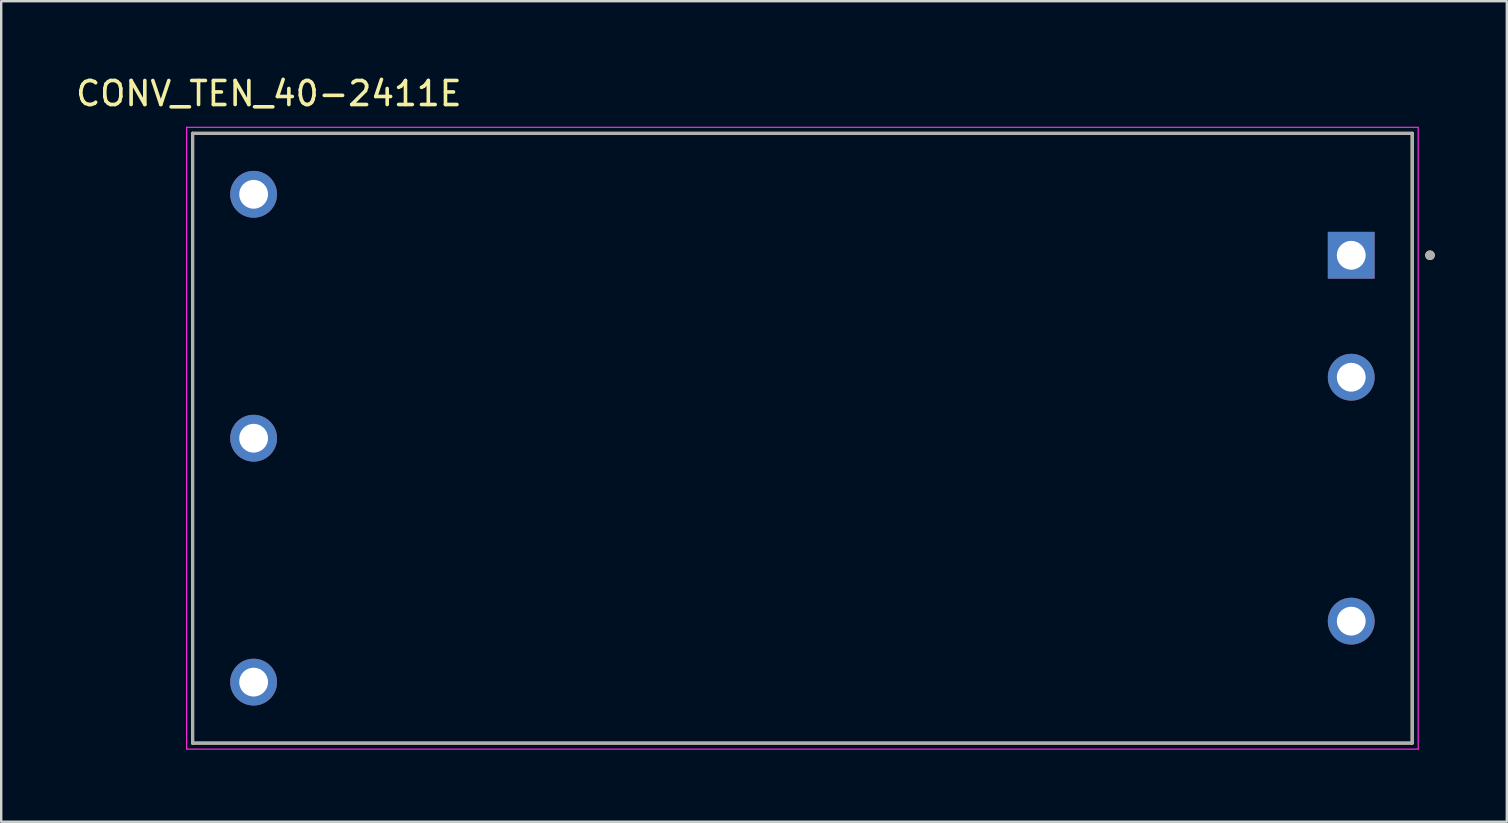
<source format=kicad_pcb>
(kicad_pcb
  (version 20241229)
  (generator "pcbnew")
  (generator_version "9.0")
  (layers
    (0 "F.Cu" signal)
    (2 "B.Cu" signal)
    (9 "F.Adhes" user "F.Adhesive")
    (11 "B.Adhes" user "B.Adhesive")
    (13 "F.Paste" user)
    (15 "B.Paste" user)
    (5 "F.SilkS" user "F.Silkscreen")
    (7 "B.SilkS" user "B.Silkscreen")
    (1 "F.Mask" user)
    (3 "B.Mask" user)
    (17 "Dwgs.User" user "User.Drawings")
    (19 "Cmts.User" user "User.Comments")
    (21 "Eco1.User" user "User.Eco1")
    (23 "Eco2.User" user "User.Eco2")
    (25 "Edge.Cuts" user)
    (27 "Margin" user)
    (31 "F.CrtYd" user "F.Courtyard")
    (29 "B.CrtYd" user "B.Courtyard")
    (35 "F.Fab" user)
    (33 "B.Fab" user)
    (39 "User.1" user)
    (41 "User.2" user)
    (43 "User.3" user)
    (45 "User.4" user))
  (footprint "CONV_TEN_40-2411E"
    (layer "F.Cu")
    (at 30.374 15.203)
    (property "Reference" "CONV_TEN_40-2411E" (at -22.225 -14.355 0) (layer "F.SilkS") (effects (font (size 1 1) (thickness 0.15))))
    (attr through_hole)
    (fp_line (start -25.4 -12.7) (end 25.4 -12.7) (stroke (width 0.127) (type solid)) (layer "F.SilkS"))
    (fp_line (start -25.4 12.7) (end -25.4 -12.7) (stroke (width 0.127) (type solid)) (layer "F.SilkS"))
    (fp_line (start 25.4 -12.7) (end 25.4 12.7) (stroke (width 0.127) (type solid)) (layer "F.SilkS"))
    (fp_line (start 25.4 12.7) (end -25.4 12.7) (stroke (width 0.127) (type solid)) (layer "F.SilkS"))
    (fp_circle (center 26.141 -7.62) (end 26.241 -7.62) (stroke (width 0.2) (type solid)) (fill no) (layer "F.SilkS"))
    (fp_line (start -25.65 -12.95) (end -25.65 12.95) (stroke (width 0.05) (type solid)) (layer "F.CrtYd"))
    (fp_line (start -25.65 12.95) (end 25.65 12.95) (stroke (width 0.05) (type solid)) (layer "F.CrtYd"))
    (fp_line (start 25.65 -12.95) (end -25.65 -12.95) (stroke (width 0.05) (type solid)) (layer "F.CrtYd"))
    (fp_line (start 25.65 12.95) (end 25.65 -12.95) (stroke (width 0.05) (type solid)) (layer "F.CrtYd"))
    (fp_line (start -25.4 -12.7) (end 25.4 -12.7) (stroke (width 0.127) (type solid)) (layer "F.Fab"))
    (fp_line (start -25.4 12.7) (end -25.4 -12.7) (stroke (width 0.127) (type solid)) (layer "F.Fab"))
    (fp_line (start 25.4 -12.7) (end 25.4 12.7) (stroke (width 0.127) (type solid)) (layer "F.Fab"))
    (fp_line (start 25.4 12.7) (end -25.4 12.7) (stroke (width 0.127) (type solid)) (layer "F.Fab"))
    (fp_circle (center 26.141 -7.62) (end 26.241 -7.62) (stroke (width 0.2) (type solid)) (fill no) (layer "F.Fab"))
    (pad "1" thru_hole rect (at 22.86 -7.62) (size 1.95 1.95) (drill 1.2) (layers "*.Cu" "*.Mask"))
    (pad "2" thru_hole circle (at 22.86 -2.54) (size 1.95 1.95) (drill 1.2) (layers "*.Cu" "*.Mask"))
    (pad "3" thru_hole circle (at 22.86 7.62) (size 1.95 1.95) (drill 1.2) (layers "*.Cu" "*.Mask"))
    (pad "4" thru_hole circle (at -22.86 -10.16) (size 1.95 1.95) (drill 1.2) (layers "*.Cu" "*.Mask"))
    (pad "5" thru_hole circle (at -22.86 0) (size 1.95 1.95) (drill 1.2) (layers "*.Cu" "*.Mask"))
    (pad "6" thru_hole circle (at -22.86 10.16) (size 1.95 1.95) (drill 1.2) (layers "*.Cu" "*.Mask")))
  (gr_rect
    (start -3 -3)
    (end 59.715 31.178)
    (stroke (width 0.1) (type default))
    (fill no)
    (layer "Edge.Cuts")))
</source>
